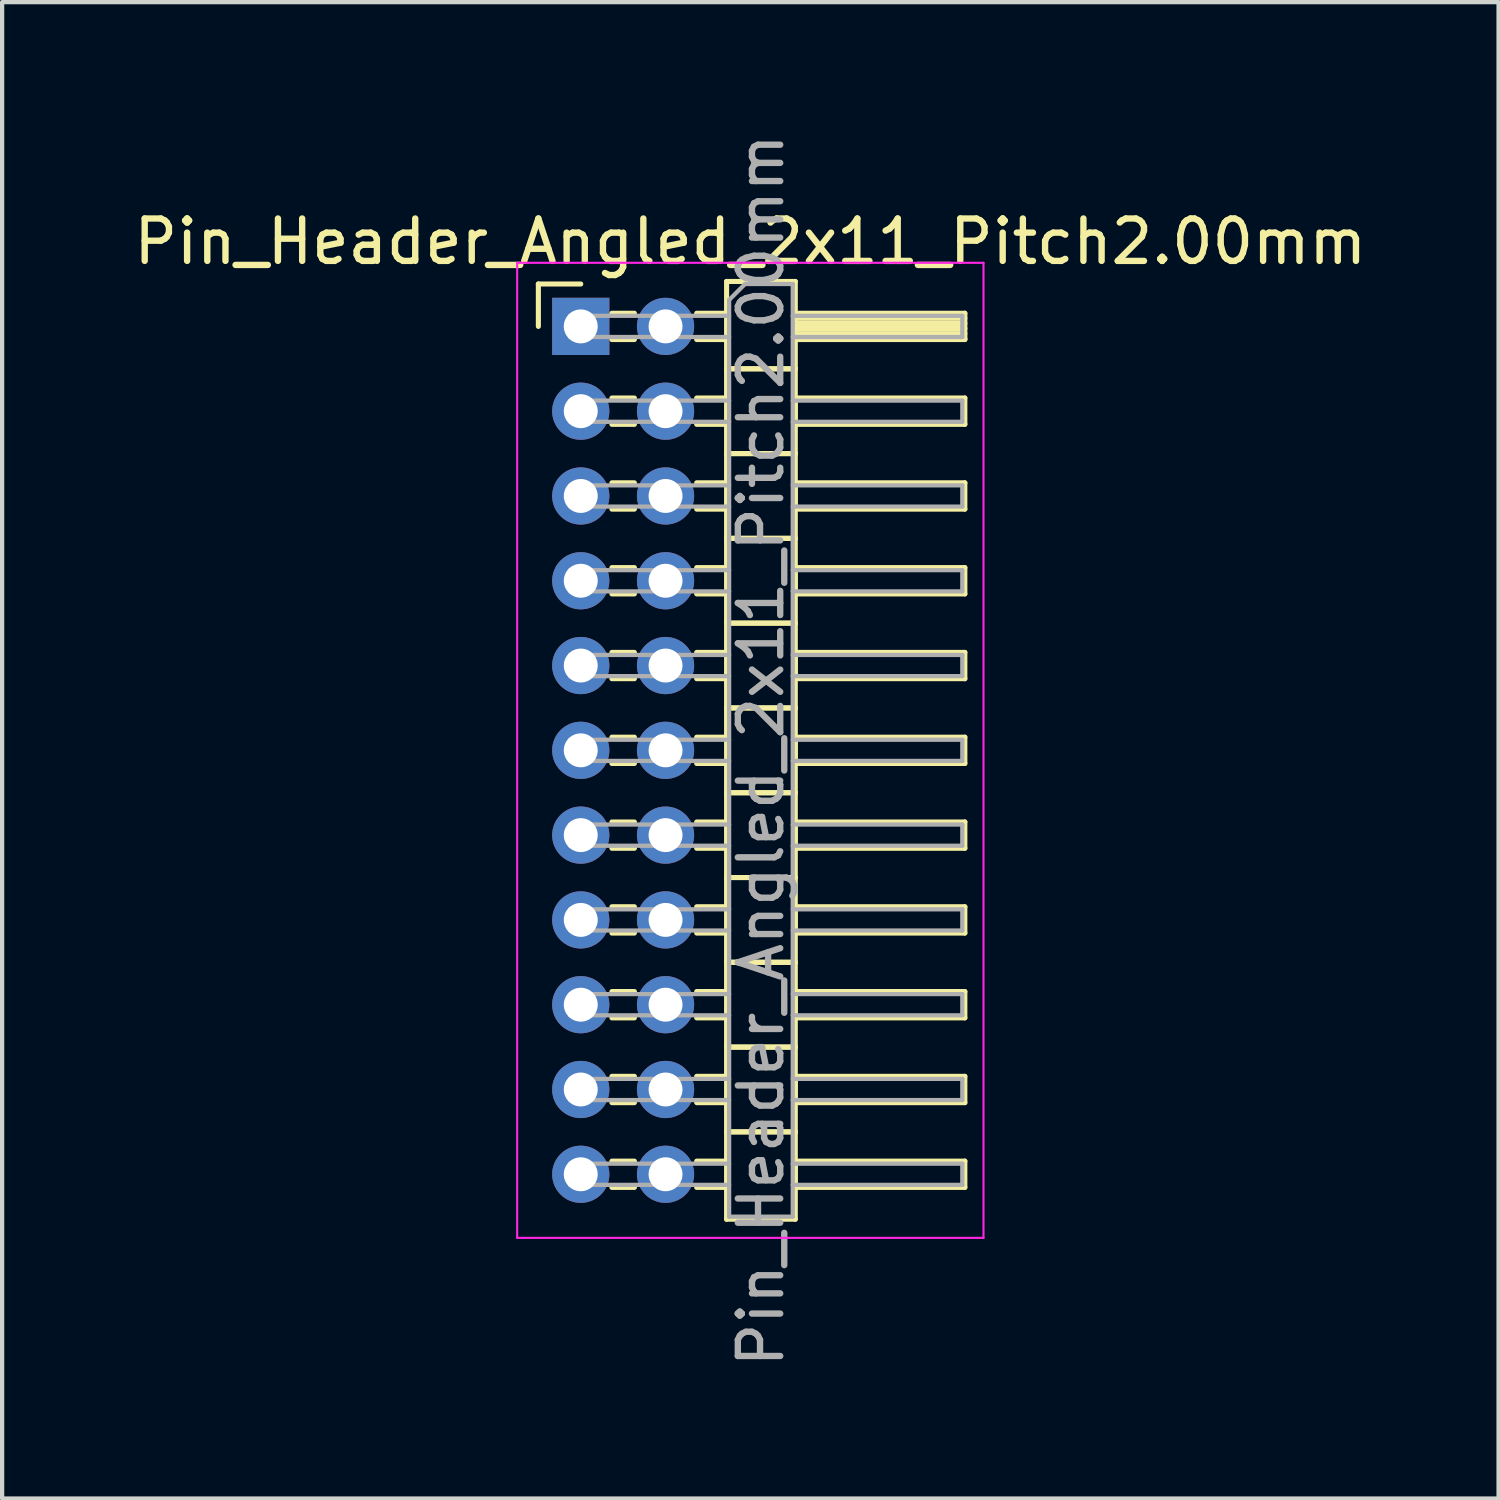
<source format=kicad_pcb>
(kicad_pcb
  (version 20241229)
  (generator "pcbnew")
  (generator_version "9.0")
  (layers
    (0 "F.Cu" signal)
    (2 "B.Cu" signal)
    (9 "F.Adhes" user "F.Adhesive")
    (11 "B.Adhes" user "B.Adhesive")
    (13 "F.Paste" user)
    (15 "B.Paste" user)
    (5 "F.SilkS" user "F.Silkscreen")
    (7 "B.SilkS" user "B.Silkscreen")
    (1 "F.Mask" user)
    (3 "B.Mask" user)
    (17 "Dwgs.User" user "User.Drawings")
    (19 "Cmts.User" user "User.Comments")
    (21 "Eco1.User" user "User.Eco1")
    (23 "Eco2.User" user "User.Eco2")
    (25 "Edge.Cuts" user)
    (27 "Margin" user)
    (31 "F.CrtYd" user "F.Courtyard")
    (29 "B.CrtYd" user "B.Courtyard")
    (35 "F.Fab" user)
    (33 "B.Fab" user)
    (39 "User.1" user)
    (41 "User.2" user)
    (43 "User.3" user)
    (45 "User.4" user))
  (footprint "Pin_Header_Angled_2x11_Pitch2.00mm"
    (layer "F.Cu")
    (at 10.649 4.649)
    (property "Reference" "Pin_Header_Angled_2x11_Pitch2.00mm" (at 4 -2 0) (layer "F.SilkS") (effects (font (size 1 1) (thickness 0.15))))
    (attr through_hole)
    (fp_line (start -1 -1) (end 0 -1) (stroke (width 0.12) (type solid)) (layer "F.SilkS"))
    (fp_line (start -1 0) (end -1 -1) (stroke (width 0.12) (type solid)) (layer "F.SilkS"))
    (fp_line (start 0.735 -0.31) (end 1.265 -0.31) (stroke (width 0.12) (type solid)) (layer "F.SilkS"))
    (fp_line (start 0.735 0.31) (end 1.265 0.31) (stroke (width 0.12) (type solid)) (layer "F.SilkS"))
    (fp_line (start 0.735 1.69) (end 1.265 1.69) (stroke (width 0.12) (type solid)) (layer "F.SilkS"))
    (fp_line (start 0.735 2.31) (end 1.265 2.31) (stroke (width 0.12) (type solid)) (layer "F.SilkS"))
    (fp_line (start 0.735 3.69) (end 1.265 3.69) (stroke (width 0.12) (type solid)) (layer "F.SilkS"))
    (fp_line (start 0.735 4.31) (end 1.265 4.31) (stroke (width 0.12) (type solid)) (layer "F.SilkS"))
    (fp_line (start 0.735 5.69) (end 1.265 5.69) (stroke (width 0.12) (type solid)) (layer "F.SilkS"))
    (fp_line (start 0.735 6.31) (end 1.265 6.31) (stroke (width 0.12) (type solid)) (layer "F.SilkS"))
    (fp_line (start 0.735 7.69) (end 1.265 7.69) (stroke (width 0.12) (type solid)) (layer "F.SilkS"))
    (fp_line (start 0.735 8.31) (end 1.265 8.31) (stroke (width 0.12) (type solid)) (layer "F.SilkS"))
    (fp_line (start 0.735 9.69) (end 1.265 9.69) (stroke (width 0.12) (type solid)) (layer "F.SilkS"))
    (fp_line (start 0.735 10.31) (end 1.265 10.31) (stroke (width 0.12) (type solid)) (layer "F.SilkS"))
    (fp_line (start 0.735 11.69) (end 1.265 11.69) (stroke (width 0.12) (type solid)) (layer "F.SilkS"))
    (fp_line (start 0.735 12.31) (end 1.265 12.31) (stroke (width 0.12) (type solid)) (layer "F.SilkS"))
    (fp_line (start 0.735 13.69) (end 1.265 13.69) (stroke (width 0.12) (type solid)) (layer "F.SilkS"))
    (fp_line (start 0.735 14.31) (end 1.265 14.31) (stroke (width 0.12) (type solid)) (layer "F.SilkS"))
    (fp_line (start 0.735 15.69) (end 1.265 15.69) (stroke (width 0.12) (type solid)) (layer "F.SilkS"))
    (fp_line (start 0.735 16.31) (end 1.265 16.31) (stroke (width 0.12) (type solid)) (layer "F.SilkS"))
    (fp_line (start 0.735 17.69) (end 1.265 17.69) (stroke (width 0.12) (type solid)) (layer "F.SilkS"))
    (fp_line (start 0.735 18.31) (end 1.265 18.31) (stroke (width 0.12) (type solid)) (layer "F.SilkS"))
    (fp_line (start 0.735 19.69) (end 1.265 19.69) (stroke (width 0.12) (type solid)) (layer "F.SilkS"))
    (fp_line (start 0.735 20.31) (end 1.265 20.31) (stroke (width 0.12) (type solid)) (layer "F.SilkS"))
    (fp_line (start 2.735 -0.31) (end 3.44 -0.31) (stroke (width 0.12) (type solid)) (layer "F.SilkS"))
    (fp_line (start 2.735 0.31) (end 3.44 0.31) (stroke (width 0.12) (type solid)) (layer "F.SilkS"))
    (fp_line (start 2.735 1.69) (end 3.44 1.69) (stroke (width 0.12) (type solid)) (layer "F.SilkS"))
    (fp_line (start 2.735 2.31) (end 3.44 2.31) (stroke (width 0.12) (type solid)) (layer "F.SilkS"))
    (fp_line (start 2.735 3.69) (end 3.44 3.69) (stroke (width 0.12) (type solid)) (layer "F.SilkS"))
    (fp_line (start 2.735 4.31) (end 3.44 4.31) (stroke (width 0.12) (type solid)) (layer "F.SilkS"))
    (fp_line (start 2.735 5.69) (end 3.44 5.69) (stroke (width 0.12) (type solid)) (layer "F.SilkS"))
    (fp_line (start 2.735 6.31) (end 3.44 6.31) (stroke (width 0.12) (type solid)) (layer "F.SilkS"))
    (fp_line (start 2.735 7.69) (end 3.44 7.69) (stroke (width 0.12) (type solid)) (layer "F.SilkS"))
    (fp_line (start 2.735 8.31) (end 3.44 8.31) (stroke (width 0.12) (type solid)) (layer "F.SilkS"))
    (fp_line (start 2.735 9.69) (end 3.44 9.69) (stroke (width 0.12) (type solid)) (layer "F.SilkS"))
    (fp_line (start 2.735 10.31) (end 3.44 10.31) (stroke (width 0.12) (type solid)) (layer "F.SilkS"))
    (fp_line (start 2.735 11.69) (end 3.44 11.69) (stroke (width 0.12) (type solid)) (layer "F.SilkS"))
    (fp_line (start 2.735 12.31) (end 3.44 12.31) (stroke (width 0.12) (type solid)) (layer "F.SilkS"))
    (fp_line (start 2.735 13.69) (end 3.44 13.69) (stroke (width 0.12) (type solid)) (layer "F.SilkS"))
    (fp_line (start 2.735 14.31) (end 3.44 14.31) (stroke (width 0.12) (type solid)) (layer "F.SilkS"))
    (fp_line (start 2.735 15.69) (end 3.44 15.69) (stroke (width 0.12) (type solid)) (layer "F.SilkS"))
    (fp_line (start 2.735 16.31) (end 3.44 16.31) (stroke (width 0.12) (type solid)) (layer "F.SilkS"))
    (fp_line (start 2.735 17.69) (end 3.44 17.69) (stroke (width 0.12) (type solid)) (layer "F.SilkS"))
    (fp_line (start 2.735 18.31) (end 3.44 18.31) (stroke (width 0.12) (type solid)) (layer "F.SilkS"))
    (fp_line (start 2.735 19.69) (end 3.44 19.69) (stroke (width 0.12) (type solid)) (layer "F.SilkS"))
    (fp_line (start 2.735 20.31) (end 3.44 20.31) (stroke (width 0.12) (type solid)) (layer "F.SilkS"))
    (fp_line (start 3.44 -1.06) (end 3.44 1) (stroke (width 0.12) (type solid)) (layer "F.SilkS"))
    (fp_line (start 3.44 1) (end 3.44 3) (stroke (width 0.12) (type solid)) (layer "F.SilkS"))
    (fp_line (start 3.44 1) (end 5.06 1) (stroke (width 0.12) (type solid)) (layer "F.SilkS"))
    (fp_line (start 3.44 3) (end 3.44 5) (stroke (width 0.12) (type solid)) (layer "F.SilkS"))
    (fp_line (start 3.44 3) (end 5.06 3) (stroke (width 0.12) (type solid)) (layer "F.SilkS"))
    (fp_line (start 3.44 5) (end 3.44 7) (stroke (width 0.12) (type solid)) (layer "F.SilkS"))
    (fp_line (start 3.44 5) (end 5.06 5) (stroke (width 0.12) (type solid)) (layer "F.SilkS"))
    (fp_line (start 3.44 7) (end 3.44 9) (stroke (width 0.12) (type solid)) (layer "F.SilkS"))
    (fp_line (start 3.44 7) (end 5.06 7) (stroke (width 0.12) (type solid)) (layer "F.SilkS"))
    (fp_line (start 3.44 9) (end 3.44 11) (stroke (width 0.12) (type solid)) (layer "F.SilkS"))
    (fp_line (start 3.44 9) (end 5.06 9) (stroke (width 0.12) (type solid)) (layer "F.SilkS"))
    (fp_line (start 3.44 11) (end 3.44 13) (stroke (width 0.12) (type solid)) (layer "F.SilkS"))
    (fp_line (start 3.44 11) (end 5.06 11) (stroke (width 0.12) (type solid)) (layer "F.SilkS"))
    (fp_line (start 3.44 13) (end 3.44 15) (stroke (width 0.12) (type solid)) (layer "F.SilkS"))
    (fp_line (start 3.44 13) (end 5.06 13) (stroke (width 0.12) (type solid)) (layer "F.SilkS"))
    (fp_line (start 3.44 15) (end 3.44 17) (stroke (width 0.12) (type solid)) (layer "F.SilkS"))
    (fp_line (start 3.44 15) (end 5.06 15) (stroke (width 0.12) (type solid)) (layer "F.SilkS"))
    (fp_line (start 3.44 17) (end 3.44 19) (stroke (width 0.12) (type solid)) (layer "F.SilkS"))
    (fp_line (start 3.44 17) (end 5.06 17) (stroke (width 0.12) (type solid)) (layer "F.SilkS"))
    (fp_line (start 3.44 19) (end 3.44 21.06) (stroke (width 0.12) (type solid)) (layer "F.SilkS"))
    (fp_line (start 3.44 19) (end 5.06 19) (stroke (width 0.12) (type solid)) (layer "F.SilkS"))
    (fp_line (start 3.44 21.06) (end 5.06 21.06) (stroke (width 0.12) (type solid)) (layer "F.SilkS"))
    (fp_line (start 5.06 -1.06) (end 3.44 -1.06) (stroke (width 0.12) (type solid)) (layer "F.SilkS"))
    (fp_line (start 5.06 -0.31) (end 5.06 0.31) (stroke (width 0.12) (type solid)) (layer "F.SilkS"))
    (fp_line (start 5.06 -0.19) (end 9.06 -0.19) (stroke (width 0.12) (type solid)) (layer "F.SilkS"))
    (fp_line (start 5.06 -0.07) (end 9.06 -0.07) (stroke (width 0.12) (type solid)) (layer "F.SilkS"))
    (fp_line (start 5.06 0.05) (end 9.06 0.05) (stroke (width 0.12) (type solid)) (layer "F.SilkS"))
    (fp_line (start 5.06 0.17) (end 9.06 0.17) (stroke (width 0.12) (type solid)) (layer "F.SilkS"))
    (fp_line (start 5.06 0.29) (end 9.06 0.29) (stroke (width 0.12) (type solid)) (layer "F.SilkS"))
    (fp_line (start 5.06 0.31) (end 9.06 0.31) (stroke (width 0.12) (type solid)) (layer "F.SilkS"))
    (fp_line (start 5.06 1) (end 3.44 1) (stroke (width 0.12) (type solid)) (layer "F.SilkS"))
    (fp_line (start 5.06 1) (end 5.06 -1.06) (stroke (width 0.12) (type solid)) (layer "F.SilkS"))
    (fp_line (start 5.06 1.69) (end 5.06 2.31) (stroke (width 0.12) (type solid)) (layer "F.SilkS"))
    (fp_line (start 5.06 2.31) (end 9.06 2.31) (stroke (width 0.12) (type solid)) (layer "F.SilkS"))
    (fp_line (start 5.06 3) (end 3.44 3) (stroke (width 0.12) (type solid)) (layer "F.SilkS"))
    (fp_line (start 5.06 3) (end 5.06 1) (stroke (width 0.12) (type solid)) (layer "F.SilkS"))
    (fp_line (start 5.06 3.69) (end 5.06 4.31) (stroke (width 0.12) (type solid)) (layer "F.SilkS"))
    (fp_line (start 5.06 4.31) (end 9.06 4.31) (stroke (width 0.12) (type solid)) (layer "F.SilkS"))
    (fp_line (start 5.06 5) (end 3.44 5) (stroke (width 0.12) (type solid)) (layer "F.SilkS"))
    (fp_line (start 5.06 5) (end 5.06 3) (stroke (width 0.12) (type solid)) (layer "F.SilkS"))
    (fp_line (start 5.06 5.69) (end 5.06 6.31) (stroke (width 0.12) (type solid)) (layer "F.SilkS"))
    (fp_line (start 5.06 6.31) (end 9.06 6.31) (stroke (width 0.12) (type solid)) (layer "F.SilkS"))
    (fp_line (start 5.06 7) (end 3.44 7) (stroke (width 0.12) (type solid)) (layer "F.SilkS"))
    (fp_line (start 5.06 7) (end 5.06 5) (stroke (width 0.12) (type solid)) (layer "F.SilkS"))
    (fp_line (start 5.06 7.69) (end 5.06 8.31) (stroke (width 0.12) (type solid)) (layer "F.SilkS"))
    (fp_line (start 5.06 8.31) (end 9.06 8.31) (stroke (width 0.12) (type solid)) (layer "F.SilkS"))
    (fp_line (start 5.06 9) (end 3.44 9) (stroke (width 0.12) (type solid)) (layer "F.SilkS"))
    (fp_line (start 5.06 9) (end 5.06 7) (stroke (width 0.12) (type solid)) (layer "F.SilkS"))
    (fp_line (start 5.06 9.69) (end 5.06 10.31) (stroke (width 0.12) (type solid)) (layer "F.SilkS"))
    (fp_line (start 5.06 10.31) (end 9.06 10.31) (stroke (width 0.12) (type solid)) (layer "F.SilkS"))
    (fp_line (start 5.06 11) (end 3.44 11) (stroke (width 0.12) (type solid)) (layer "F.SilkS"))
    (fp_line (start 5.06 11) (end 5.06 9) (stroke (width 0.12) (type solid)) (layer "F.SilkS"))
    (fp_line (start 5.06 11.69) (end 5.06 12.31) (stroke (width 0.12) (type solid)) (layer "F.SilkS"))
    (fp_line (start 5.06 12.31) (end 9.06 12.31) (stroke (width 0.12) (type solid)) (layer "F.SilkS"))
    (fp_line (start 5.06 13) (end 3.44 13) (stroke (width 0.12) (type solid)) (layer "F.SilkS"))
    (fp_line (start 5.06 13) (end 5.06 11) (stroke (width 0.12) (type solid)) (layer "F.SilkS"))
    (fp_line (start 5.06 13.69) (end 5.06 14.31) (stroke (width 0.12) (type solid)) (layer "F.SilkS"))
    (fp_line (start 5.06 14.31) (end 9.06 14.31) (stroke (width 0.12) (type solid)) (layer "F.SilkS"))
    (fp_line (start 5.06 15) (end 3.44 15) (stroke (width 0.12) (type solid)) (layer "F.SilkS"))
    (fp_line (start 5.06 15) (end 5.06 13) (stroke (width 0.12) (type solid)) (layer "F.SilkS"))
    (fp_line (start 5.06 15.69) (end 5.06 16.31) (stroke (width 0.12) (type solid)) (layer "F.SilkS"))
    (fp_line (start 5.06 16.31) (end 9.06 16.31) (stroke (width 0.12) (type solid)) (layer "F.SilkS"))
    (fp_line (start 5.06 17) (end 3.44 17) (stroke (width 0.12) (type solid)) (layer "F.SilkS"))
    (fp_line (start 5.06 17) (end 5.06 15) (stroke (width 0.12) (type solid)) (layer "F.SilkS"))
    (fp_line (start 5.06 17.69) (end 5.06 18.31) (stroke (width 0.12) (type solid)) (layer "F.SilkS"))
    (fp_line (start 5.06 18.31) (end 9.06 18.31) (stroke (width 0.12) (type solid)) (layer "F.SilkS"))
    (fp_line (start 5.06 19) (end 3.44 19) (stroke (width 0.12) (type solid)) (layer "F.SilkS"))
    (fp_line (start 5.06 19) (end 5.06 17) (stroke (width 0.12) (type solid)) (layer "F.SilkS"))
    (fp_line (start 5.06 19.69) (end 5.06 20.31) (stroke (width 0.12) (type solid)) (layer "F.SilkS"))
    (fp_line (start 5.06 20.31) (end 9.06 20.31) (stroke (width 0.12) (type solid)) (layer "F.SilkS"))
    (fp_line (start 5.06 21.06) (end 5.06 19) (stroke (width 0.12) (type solid)) (layer "F.SilkS"))
    (fp_line (start 9.06 -0.31) (end 5.06 -0.31) (stroke (width 0.12) (type solid)) (layer "F.SilkS"))
    (fp_line (start 9.06 0.31) (end 9.06 -0.31) (stroke (width 0.12) (type solid)) (layer "F.SilkS"))
    (fp_line (start 9.06 1.69) (end 5.06 1.69) (stroke (width 0.12) (type solid)) (layer "F.SilkS"))
    (fp_line (start 9.06 2.31) (end 9.06 1.69) (stroke (width 0.12) (type solid)) (layer "F.SilkS"))
    (fp_line (start 9.06 3.69) (end 5.06 3.69) (stroke (width 0.12) (type solid)) (layer "F.SilkS"))
    (fp_line (start 9.06 4.31) (end 9.06 3.69) (stroke (width 0.12) (type solid)) (layer "F.SilkS"))
    (fp_line (start 9.06 5.69) (end 5.06 5.69) (stroke (width 0.12) (type solid)) (layer "F.SilkS"))
    (fp_line (start 9.06 6.31) (end 9.06 5.69) (stroke (width 0.12) (type solid)) (layer "F.SilkS"))
    (fp_line (start 9.06 7.69) (end 5.06 7.69) (stroke (width 0.12) (type solid)) (layer "F.SilkS"))
    (fp_line (start 9.06 8.31) (end 9.06 7.69) (stroke (width 0.12) (type solid)) (layer "F.SilkS"))
    (fp_line (start 9.06 9.69) (end 5.06 9.69) (stroke (width 0.12) (type solid)) (layer "F.SilkS"))
    (fp_line (start 9.06 10.31) (end 9.06 9.69) (stroke (width 0.12) (type solid)) (layer "F.SilkS"))
    (fp_line (start 9.06 11.69) (end 5.06 11.69) (stroke (width 0.12) (type solid)) (layer "F.SilkS"))
    (fp_line (start 9.06 12.31) (end 9.06 11.69) (stroke (width 0.12) (type solid)) (layer "F.SilkS"))
    (fp_line (start 9.06 13.69) (end 5.06 13.69) (stroke (width 0.12) (type solid)) (layer "F.SilkS"))
    (fp_line (start 9.06 14.31) (end 9.06 13.69) (stroke (width 0.12) (type solid)) (layer "F.SilkS"))
    (fp_line (start 9.06 15.69) (end 5.06 15.69) (stroke (width 0.12) (type solid)) (layer "F.SilkS"))
    (fp_line (start 9.06 16.31) (end 9.06 15.69) (stroke (width 0.12) (type solid)) (layer "F.SilkS"))
    (fp_line (start 9.06 17.69) (end 5.06 17.69) (stroke (width 0.12) (type solid)) (layer "F.SilkS"))
    (fp_line (start 9.06 18.31) (end 9.06 17.69) (stroke (width 0.12) (type solid)) (layer "F.SilkS"))
    (fp_line (start 9.06 19.69) (end 5.06 19.69) (stroke (width 0.12) (type solid)) (layer "F.SilkS"))
    (fp_line (start 9.06 20.31) (end 9.06 19.69) (stroke (width 0.12) (type solid)) (layer "F.SilkS"))
    (fp_line (start -1.5 -1.5) (end -1.5 21.5) (stroke (width 0.05) (type solid)) (layer "F.CrtYd"))
    (fp_line (start -1.5 21.5) (end 9.5 21.5) (stroke (width 0.05) (type solid)) (layer "F.CrtYd"))
    (fp_line (start 9.5 -1.5) (end -1.5 -1.5) (stroke (width 0.05) (type solid)) (layer "F.CrtYd"))
    (fp_line (start 9.5 21.5) (end 9.5 -1.5) (stroke (width 0.05) (type solid)) (layer "F.CrtYd"))
    (fp_line (start -0.25 -0.25) (end -0.25 0.25) (stroke (width 0.1) (type solid)) (layer "F.Fab"))
    (fp_line (start -0.25 -0.25) (end 3.5 -0.25) (stroke (width 0.1) (type solid)) (layer "F.Fab"))
    (fp_line (start -0.25 0.25) (end 3.5 0.25) (stroke (width 0.1) (type solid)) (layer "F.Fab"))
    (fp_line (start -0.25 1.75) (end -0.25 2.25) (stroke (width 0.1) (type solid)) (layer "F.Fab"))
    (fp_line (start -0.25 1.75) (end 3.5 1.75) (stroke (width 0.1) (type solid)) (layer "F.Fab"))
    (fp_line (start -0.25 2.25) (end 3.5 2.25) (stroke (width 0.1) (type solid)) (layer "F.Fab"))
    (fp_line (start -0.25 3.75) (end -0.25 4.25) (stroke (width 0.1) (type solid)) (layer "F.Fab"))
    (fp_line (start -0.25 3.75) (end 3.5 3.75) (stroke (width 0.1) (type solid)) (layer "F.Fab"))
    (fp_line (start -0.25 4.25) (end 3.5 4.25) (stroke (width 0.1) (type solid)) (layer "F.Fab"))
    (fp_line (start -0.25 5.75) (end -0.25 6.25) (stroke (width 0.1) (type solid)) (layer "F.Fab"))
    (fp_line (start -0.25 5.75) (end 3.5 5.75) (stroke (width 0.1) (type solid)) (layer "F.Fab"))
    (fp_line (start -0.25 6.25) (end 3.5 6.25) (stroke (width 0.1) (type solid)) (layer "F.Fab"))
    (fp_line (start -0.25 7.75) (end -0.25 8.25) (stroke (width 0.1) (type solid)) (layer "F.Fab"))
    (fp_line (start -0.25 7.75) (end 3.5 7.75) (stroke (width 0.1) (type solid)) (layer "F.Fab"))
    (fp_line (start -0.25 8.25) (end 3.5 8.25) (stroke (width 0.1) (type solid)) (layer "F.Fab"))
    (fp_line (start -0.25 9.75) (end -0.25 10.25) (stroke (width 0.1) (type solid)) (layer "F.Fab"))
    (fp_line (start -0.25 9.75) (end 3.5 9.75) (stroke (width 0.1) (type solid)) (layer "F.Fab"))
    (fp_line (start -0.25 10.25) (end 3.5 10.25) (stroke (width 0.1) (type solid)) (layer "F.Fab"))
    (fp_line (start -0.25 11.75) (end -0.25 12.25) (stroke (width 0.1) (type solid)) (layer "F.Fab"))
    (fp_line (start -0.25 11.75) (end 3.5 11.75) (stroke (width 0.1) (type solid)) (layer "F.Fab"))
    (fp_line (start -0.25 12.25) (end 3.5 12.25) (stroke (width 0.1) (type solid)) (layer "F.Fab"))
    (fp_line (start -0.25 13.75) (end -0.25 14.25) (stroke (width 0.1) (type solid)) (layer "F.Fab"))
    (fp_line (start -0.25 13.75) (end 3.5 13.75) (stroke (width 0.1) (type solid)) (layer "F.Fab"))
    (fp_line (start -0.25 14.25) (end 3.5 14.25) (stroke (width 0.1) (type solid)) (layer "F.Fab"))
    (fp_line (start -0.25 15.75) (end -0.25 16.25) (stroke (width 0.1) (type solid)) (layer "F.Fab"))
    (fp_line (start -0.25 15.75) (end 3.5 15.75) (stroke (width 0.1) (type solid)) (layer "F.Fab"))
    (fp_line (start -0.25 16.25) (end 3.5 16.25) (stroke (width 0.1) (type solid)) (layer "F.Fab"))
    (fp_line (start -0.25 17.75) (end -0.25 18.25) (stroke (width 0.1) (type solid)) (layer "F.Fab"))
    (fp_line (start -0.25 17.75) (end 3.5 17.75) (stroke (width 0.1) (type solid)) (layer "F.Fab"))
    (fp_line (start -0.25 18.25) (end 3.5 18.25) (stroke (width 0.1) (type solid)) (layer "F.Fab"))
    (fp_line (start -0.25 19.75) (end -0.25 20.25) (stroke (width 0.1) (type solid)) (layer "F.Fab"))
    (fp_line (start -0.25 19.75) (end 3.5 19.75) (stroke (width 0.1) (type solid)) (layer "F.Fab"))
    (fp_line (start -0.25 20.25) (end 3.5 20.25) (stroke (width 0.1) (type solid)) (layer "F.Fab"))
    (fp_line (start 3.5 -0.625) (end 3.875 -1) (stroke (width 0.1) (type solid)) (layer "F.Fab"))
    (fp_line (start 3.5 21) (end 3.5 -0.625) (stroke (width 0.1) (type solid)) (layer "F.Fab"))
    (fp_line (start 3.875 -1) (end 5 -1) (stroke (width 0.1) (type solid)) (layer "F.Fab"))
    (fp_line (start 5 -1) (end 5 21) (stroke (width 0.1) (type solid)) (layer "F.Fab"))
    (fp_line (start 5 -0.25) (end 9 -0.25) (stroke (width 0.1) (type solid)) (layer "F.Fab"))
    (fp_line (start 5 0.25) (end 9 0.25) (stroke (width 0.1) (type solid)) (layer "F.Fab"))
    (fp_line (start 5 1.75) (end 9 1.75) (stroke (width 0.1) (type solid)) (layer "F.Fab"))
    (fp_line (start 5 2.25) (end 9 2.25) (stroke (width 0.1) (type solid)) (layer "F.Fab"))
    (fp_line (start 5 3.75) (end 9 3.75) (stroke (width 0.1) (type solid)) (layer "F.Fab"))
    (fp_line (start 5 4.25) (end 9 4.25) (stroke (width 0.1) (type solid)) (layer "F.Fab"))
    (fp_line (start 5 5.75) (end 9 5.75) (stroke (width 0.1) (type solid)) (layer "F.Fab"))
    (fp_line (start 5 6.25) (end 9 6.25) (stroke (width 0.1) (type solid)) (layer "F.Fab"))
    (fp_line (start 5 7.75) (end 9 7.75) (stroke (width 0.1) (type solid)) (layer "F.Fab"))
    (fp_line (start 5 8.25) (end 9 8.25) (stroke (width 0.1) (type solid)) (layer "F.Fab"))
    (fp_line (start 5 9.75) (end 9 9.75) (stroke (width 0.1) (type solid)) (layer "F.Fab"))
    (fp_line (start 5 10.25) (end 9 10.25) (stroke (width 0.1) (type solid)) (layer "F.Fab"))
    (fp_line (start 5 11.75) (end 9 11.75) (stroke (width 0.1) (type solid)) (layer "F.Fab"))
    (fp_line (start 5 12.25) (end 9 12.25) (stroke (width 0.1) (type solid)) (layer "F.Fab"))
    (fp_line (start 5 13.75) (end 9 13.75) (stroke (width 0.1) (type solid)) (layer "F.Fab"))
    (fp_line (start 5 14.25) (end 9 14.25) (stroke (width 0.1) (type solid)) (layer "F.Fab"))
    (fp_line (start 5 15.75) (end 9 15.75) (stroke (width 0.1) (type solid)) (layer "F.Fab"))
    (fp_line (start 5 16.25) (end 9 16.25) (stroke (width 0.1) (type solid)) (layer "F.Fab"))
    (fp_line (start 5 17.75) (end 9 17.75) (stroke (width 0.1) (type solid)) (layer "F.Fab"))
    (fp_line (start 5 18.25) (end 9 18.25) (stroke (width 0.1) (type solid)) (layer "F.Fab"))
    (fp_line (start 5 19.75) (end 9 19.75) (stroke (width 0.1) (type solid)) (layer "F.Fab"))
    (fp_line (start 5 20.25) (end 9 20.25) (stroke (width 0.1) (type solid)) (layer "F.Fab"))
    (fp_line (start 5 21) (end 3.5 21) (stroke (width 0.1) (type solid)) (layer "F.Fab"))
    (fp_line (start 9 -0.25) (end 9 0.25) (stroke (width 0.1) (type solid)) (layer "F.Fab"))
    (fp_line (start 9 1.75) (end 9 2.25) (stroke (width 0.1) (type solid)) (layer "F.Fab"))
    (fp_line (start 9 3.75) (end 9 4.25) (stroke (width 0.1) (type solid)) (layer "F.Fab"))
    (fp_line (start 9 5.75) (end 9 6.25) (stroke (width 0.1) (type solid)) (layer "F.Fab"))
    (fp_line (start 9 7.75) (end 9 8.25) (stroke (width 0.1) (type solid)) (layer "F.Fab"))
    (fp_line (start 9 9.75) (end 9 10.25) (stroke (width 0.1) (type solid)) (layer "F.Fab"))
    (fp_line (start 9 11.75) (end 9 12.25) (stroke (width 0.1) (type solid)) (layer "F.Fab"))
    (fp_line (start 9 13.75) (end 9 14.25) (stroke (width 0.1) (type solid)) (layer "F.Fab"))
    (fp_line (start 9 15.75) (end 9 16.25) (stroke (width 0.1) (type solid)) (layer "F.Fab"))
    (fp_line (start 9 17.75) (end 9 18.25) (stroke (width 0.1) (type solid)) (layer "F.Fab"))
    (fp_line (start 9 19.75) (end 9 20.25) (stroke (width 0.1) (type solid)) (layer "F.Fab"))
    (fp_text user "${REFERENCE}" (at 4.25 10 90) (layer "F.Fab") (effects (font (size 1 1) (thickness 0.15))))
    (pad "1" thru_hole rect (at 0 0) (size 1.35 1.35) (drill 0.8) (layers "*.Cu" "*.Mask"))
    (pad "2" thru_hole oval (at 2 0) (size 1.35 1.35) (drill 0.8) (layers "*.Cu" "*.Mask"))
    (pad "3" thru_hole oval (at 0 2) (size 1.35 1.35) (drill 0.8) (layers "*.Cu" "*.Mask"))
    (pad "4" thru_hole oval (at 2 2) (size 1.35 1.35) (drill 0.8) (layers "*.Cu" "*.Mask"))
    (pad "5" thru_hole oval (at 0 4) (size 1.35 1.35) (drill 0.8) (layers "*.Cu" "*.Mask"))
    (pad "6" thru_hole oval (at 2 4) (size 1.35 1.35) (drill 0.8) (layers "*.Cu" "*.Mask"))
    (pad "7" thru_hole oval (at 0 6) (size 1.35 1.35) (drill 0.8) (layers "*.Cu" "*.Mask"))
    (pad "8" thru_hole oval (at 2 6) (size 1.35 1.35) (drill 0.8) (layers "*.Cu" "*.Mask"))
    (pad "9" thru_hole oval (at 0 8) (size 1.35 1.35) (drill 0.8) (layers "*.Cu" "*.Mask"))
    (pad "10" thru_hole oval (at 2 8) (size 1.35 1.35) (drill 0.8) (layers "*.Cu" "*.Mask"))
    (pad "11" thru_hole oval (at 0 10) (size 1.35 1.35) (drill 0.8) (layers "*.Cu" "*.Mask"))
    (pad "12" thru_hole oval (at 2 10) (size 1.35 1.35) (drill 0.8) (layers "*.Cu" "*.Mask"))
    (pad "13" thru_hole oval (at 0 12) (size 1.35 1.35) (drill 0.8) (layers "*.Cu" "*.Mask"))
    (pad "14" thru_hole oval (at 2 12) (size 1.35 1.35) (drill 0.8) (layers "*.Cu" "*.Mask"))
    (pad "15" thru_hole oval (at 0 14) (size 1.35 1.35) (drill 0.8) (layers "*.Cu" "*.Mask"))
    (pad "16" thru_hole oval (at 2 14) (size 1.35 1.35) (drill 0.8) (layers "*.Cu" "*.Mask"))
    (pad "17" thru_hole oval (at 0 16) (size 1.35 1.35) (drill 0.8) (layers "*.Cu" "*.Mask"))
    (pad "18" thru_hole oval (at 2 16) (size 1.35 1.35) (drill 0.8) (layers "*.Cu" "*.Mask"))
    (pad "19" thru_hole oval (at 0 18) (size 1.35 1.35) (drill 0.8) (layers "*.Cu" "*.Mask"))
    (pad "20" thru_hole oval (at 2 18) (size 1.35 1.35) (drill 0.8) (layers "*.Cu" "*.Mask"))
    (pad "21" thru_hole oval (at 0 20) (size 1.35 1.35) (drill 0.8) (layers "*.Cu" "*.Mask"))
    (pad "22" thru_hole oval (at 2 20) (size 1.35 1.35) (drill 0.8) (layers "*.Cu" "*.Mask")))
  (gr_rect
    (start -3 -3)
    (end 32.298 32.298)
    (stroke (width 0.1) (type default))
    (fill no)
    (layer "Edge.Cuts")))
</source>
